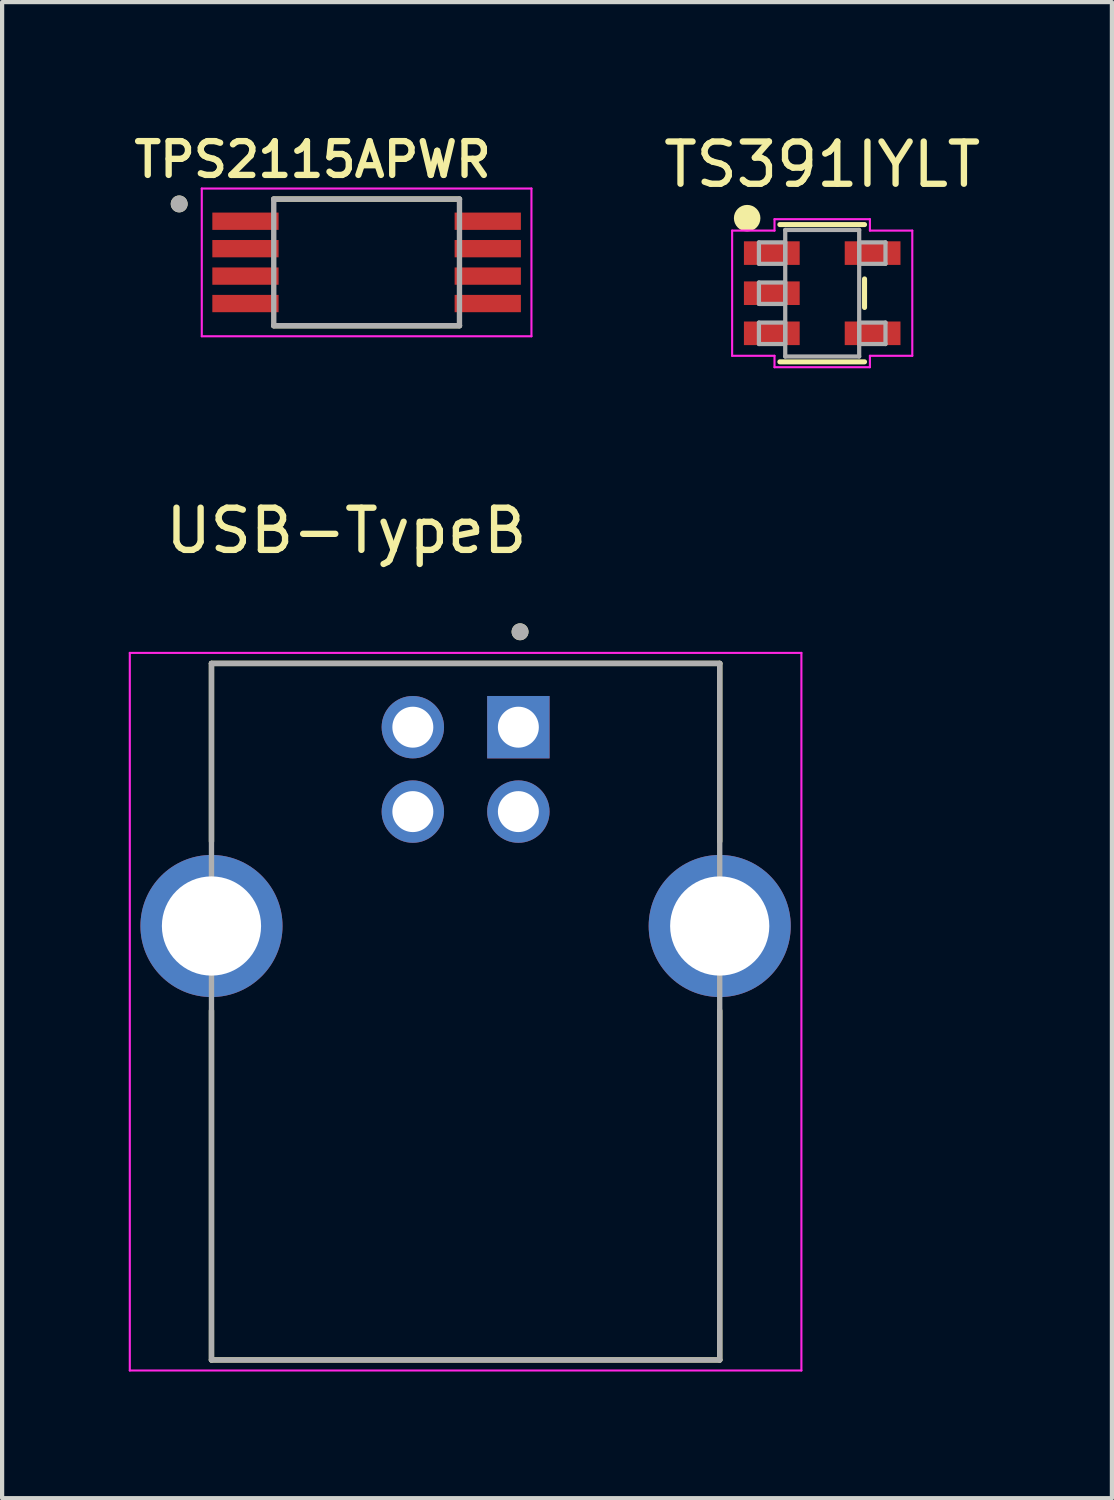
<source format=kicad_pcb>
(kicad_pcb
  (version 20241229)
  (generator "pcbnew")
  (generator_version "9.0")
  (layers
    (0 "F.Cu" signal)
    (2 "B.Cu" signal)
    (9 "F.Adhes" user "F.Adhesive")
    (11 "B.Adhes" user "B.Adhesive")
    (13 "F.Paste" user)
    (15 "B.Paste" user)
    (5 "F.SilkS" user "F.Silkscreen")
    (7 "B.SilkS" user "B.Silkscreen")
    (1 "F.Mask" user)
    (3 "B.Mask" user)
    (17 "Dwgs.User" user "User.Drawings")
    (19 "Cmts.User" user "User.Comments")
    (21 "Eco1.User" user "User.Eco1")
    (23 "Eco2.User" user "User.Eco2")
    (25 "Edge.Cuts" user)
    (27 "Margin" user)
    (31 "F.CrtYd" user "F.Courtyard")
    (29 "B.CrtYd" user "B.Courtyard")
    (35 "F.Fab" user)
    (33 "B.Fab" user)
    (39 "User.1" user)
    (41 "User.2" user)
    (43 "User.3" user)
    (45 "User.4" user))
  (footprint "TPS2115APWR"
    (layer "F.Cu")
    (at 5.635 3.166)
    (property "Reference" "TPS2115APWR" (at -1.28 -2.435 0) (layer "F.SilkS") (effects (font (size 0.8 0.8) (thickness 0.15))))
    (attr through_hole)
    (fp_line (start -2.2 -1.5) (end 2.2 -1.5) (stroke (width 0.127) (type solid)) (layer "F.SilkS"))
    (fp_line (start -2.2 1.5) (end 2.2 1.5) (stroke (width 0.127) (type solid)) (layer "F.SilkS"))
    (fp_circle (center -4.44 -1.385) (end -4.34 -1.385) (stroke (width 0.2) (type solid)) (fill no) (layer "F.SilkS"))
    (fp_line (start -3.905 -1.75) (end -3.905 1.75) (stroke (width 0.05) (type solid)) (layer "F.CrtYd"))
    (fp_line (start -3.905 -1.75) (end 3.905 -1.75) (stroke (width 0.05) (type solid)) (layer "F.CrtYd"))
    (fp_line (start -3.905 1.75) (end 3.905 1.75) (stroke (width 0.05) (type solid)) (layer "F.CrtYd"))
    (fp_line (start 3.905 -1.75) (end 3.905 1.75) (stroke (width 0.05) (type solid)) (layer "F.CrtYd"))
    (fp_line (start -2.2 -1.5) (end -2.2 1.5) (stroke (width 0.127) (type solid)) (layer "F.Fab"))
    (fp_line (start -2.2 -1.5) (end 2.2 -1.5) (stroke (width 0.127) (type solid)) (layer "F.Fab"))
    (fp_line (start -2.2 1.5) (end 2.2 1.5) (stroke (width 0.127) (type solid)) (layer "F.Fab"))
    (fp_line (start 2.2 -1.5) (end 2.2 1.5) (stroke (width 0.127) (type solid)) (layer "F.Fab"))
    (fp_circle (center -4.44 -1.385) (end -4.34 -1.385) (stroke (width 0.2) (type solid)) (fill no) (layer "F.Fab"))
    (pad "1" smd rect (at -2.87 -0.975) (size 1.57 0.41) (layers "F.Cu" "F.Mask" "F.Paste"))
    (pad "2" smd rect (at -2.87 -0.325) (size 1.57 0.41) (layers "F.Cu" "F.Mask" "F.Paste"))
    (pad "3" smd rect (at -2.87 0.325) (size 1.57 0.41) (layers "F.Cu" "F.Mask" "F.Paste"))
    (pad "4" smd rect (at -2.87 0.975) (size 1.57 0.41) (layers "F.Cu" "F.Mask" "F.Paste"))
    (pad "5" smd rect (at 2.87 0.975) (size 1.57 0.41) (layers "F.Cu" "F.Mask" "F.Paste"))
    (pad "6" smd rect (at 2.87 0.325) (size 1.57 0.41) (layers "F.Cu" "F.Mask" "F.Paste"))
    (pad "7" smd rect (at 2.87 -0.325) (size 1.57 0.41) (layers "F.Cu" "F.Mask" "F.Paste"))
    (pad "8" smd rect (at 2.87 -0.975) (size 1.57 0.41) (layers "F.Cu" "F.Mask" "F.Paste")))
  (footprint "TS391IYLT"
    (layer "F.Cu")
    (at 16.428 3.896)
    (property "Reference" "TS391IYLT" (at 0 -3.048 0) (layer "F.SilkS") (effects (font (size 1 1) (thickness 0.15))))
    (attr through_hole)
    (fp_line (start -1.003 1.626) (end 1.003 1.626) (stroke (width 0.12) (type solid)) (layer "F.SilkS"))
    (fp_line (start 1.003 -1.626) (end -1.003 -1.626) (stroke (width 0.12) (type solid)) (layer "F.SilkS"))
    (fp_line (start 1.003 0.338) (end 1.003 -0.338) (stroke (width 0.12) (type solid)) (layer "F.SilkS"))
    (fp_circle (center -1.778 -1.778) (end -1.524 -1.778) (stroke (width 0.12) (type solid)) (fill yes) (layer "F.SilkS"))
    (fp_line (start -2.134 -1.483) (end -1.13 -1.483) (stroke (width 0.05) (type solid)) (layer "F.CrtYd"))
    (fp_line (start -2.134 1.483) (end -2.134 -1.483) (stroke (width 0.05) (type solid)) (layer "F.CrtYd"))
    (fp_line (start -1.13 -1.753) (end 1.13 -1.753) (stroke (width 0.05) (type solid)) (layer "F.CrtYd"))
    (fp_line (start -1.13 -1.483) (end -1.13 -1.753) (stroke (width 0.05) (type solid)) (layer "F.CrtYd"))
    (fp_line (start -1.13 1.483) (end -2.134 1.483) (stroke (width 0.05) (type solid)) (layer "F.CrtYd"))
    (fp_line (start -1.13 1.753) (end -1.13 1.483) (stroke (width 0.05) (type solid)) (layer "F.CrtYd"))
    (fp_line (start 1.13 -1.753) (end 1.13 -1.483) (stroke (width 0.05) (type solid)) (layer "F.CrtYd"))
    (fp_line (start 1.13 -1.483) (end 2.134 -1.483) (stroke (width 0.05) (type solid)) (layer "F.CrtYd"))
    (fp_line (start 1.13 1.483) (end 1.13 1.753) (stroke (width 0.05) (type solid)) (layer "F.CrtYd"))
    (fp_line (start 1.13 1.753) (end -1.13 1.753) (stroke (width 0.05) (type solid)) (layer "F.CrtYd"))
    (fp_line (start 2.134 -1.483) (end 2.134 1.483) (stroke (width 0.05) (type solid)) (layer "F.CrtYd"))
    (fp_line (start 2.134 1.483) (end 1.13 1.483) (stroke (width 0.05) (type solid)) (layer "F.CrtYd"))
    (fp_line (start -1.499 -1.204) (end -1.499 -0.696) (stroke (width 0.1) (type solid)) (layer "F.Fab"))
    (fp_line (start -1.499 -0.696) (end -0.876 -0.696) (stroke (width 0.1) (type solid)) (layer "F.Fab"))
    (fp_line (start -1.499 -0.254) (end -1.499 0.254) (stroke (width 0.1) (type solid)) (layer "F.Fab"))
    (fp_line (start -1.499 0.254) (end -0.876 0.254) (stroke (width 0.1) (type solid)) (layer "F.Fab"))
    (fp_line (start -1.499 0.696) (end -1.499 1.204) (stroke (width 0.1) (type solid)) (layer "F.Fab"))
    (fp_line (start -1.499 1.204) (end -0.876 1.204) (stroke (width 0.1) (type solid)) (layer "F.Fab"))
    (fp_line (start -0.876 -1.499) (end -0.876 1.499) (stroke (width 0.1) (type solid)) (layer "F.Fab"))
    (fp_line (start -0.876 -1.204) (end -1.499 -1.204) (stroke (width 0.1) (type solid)) (layer "F.Fab"))
    (fp_line (start -0.876 -0.696) (end -0.876 -1.204) (stroke (width 0.1) (type solid)) (layer "F.Fab"))
    (fp_line (start -0.876 -0.254) (end -1.499 -0.254) (stroke (width 0.1) (type solid)) (layer "F.Fab"))
    (fp_line (start -0.876 0.254) (end -0.876 -0.254) (stroke (width 0.1) (type solid)) (layer "F.Fab"))
    (fp_line (start -0.876 0.696) (end -1.499 0.696) (stroke (width 0.1) (type solid)) (layer "F.Fab"))
    (fp_line (start -0.876 1.204) (end -0.876 0.696) (stroke (width 0.1) (type solid)) (layer "F.Fab"))
    (fp_line (start -0.876 1.499) (end 0.876 1.499) (stroke (width 0.1) (type solid)) (layer "F.Fab"))
    (fp_line (start 0.876 -1.499) (end -0.876 -1.499) (stroke (width 0.1) (type solid)) (layer "F.Fab"))
    (fp_line (start 0.876 -1.204) (end 0.876 -0.696) (stroke (width 0.1) (type solid)) (layer "F.Fab"))
    (fp_line (start 0.876 -0.696) (end 1.499 -0.696) (stroke (width 0.1) (type solid)) (layer "F.Fab"))
    (fp_line (start 0.876 0.696) (end 0.876 1.204) (stroke (width 0.1) (type solid)) (layer "F.Fab"))
    (fp_line (start 0.876 1.204) (end 1.499 1.204) (stroke (width 0.1) (type solid)) (layer "F.Fab"))
    (fp_line (start 0.876 1.499) (end 0.876 -1.499) (stroke (width 0.1) (type solid)) (layer "F.Fab"))
    (fp_line (start 1.499 -1.204) (end 0.876 -1.204) (stroke (width 0.1) (type solid)) (layer "F.Fab"))
    (fp_line (start 1.499 -0.696) (end 1.499 -1.204) (stroke (width 0.1) (type solid)) (layer "F.Fab"))
    (fp_line (start 1.499 0.696) (end 0.876 0.696) (stroke (width 0.1) (type solid)) (layer "F.Fab"))
    (fp_line (start 1.499 1.204) (end 1.499 0.696) (stroke (width 0.1) (type solid)) (layer "F.Fab"))
    (pad "1" smd rect (at -1.194 -0.95) (size 1.321 0.559) (layers "F.Cu" "F.Mask" "F.Paste"))
    (pad "2" smd rect (at -1.194 0) (size 1.321 0.559) (layers "F.Cu" "F.Mask" "F.Paste"))
    (pad "3" smd rect (at -1.194 0.95) (size 1.321 0.559) (layers "F.Cu" "F.Mask" "F.Paste"))
    (pad "4" smd rect (at 1.194 0.95) (size 1.321 0.559) (layers "F.Cu" "F.Mask" "F.Paste"))
    (pad "5" smd rect (at 1.194 -0.95) (size 1.321 0.559) (layers "F.Cu" "F.Mask" "F.Paste")))
  (footprint "USB-TypeB"
    (layer "F.Cu")
    (at 7.98 16.177)
    (property "Reference" "USB-TypeB" (at -2.825 -6.655 0) (layer "F.SilkS") (effects (font (size 1 1) (thickness 0.15))))
    (attr through_hole)
    (fp_line (start -6.02 -3.51) (end -6.02 0.705) (stroke (width 0.127) (type solid)) (layer "F.SilkS"))
    (fp_line (start -6.02 4.715) (end -6.02 12.99) (stroke (width 0.127) (type solid)) (layer "F.SilkS"))
    (fp_line (start -6.02 12.99) (end 6.02 12.99) (stroke (width 0.127) (type solid)) (layer "F.SilkS"))
    (fp_line (start 6.02 -3.51) (end -6.02 -3.51) (stroke (width 0.127) (type solid)) (layer "F.SilkS"))
    (fp_line (start 6.02 0.705) (end 6.02 -3.51) (stroke (width 0.127) (type solid)) (layer "F.SilkS"))
    (fp_line (start 6.02 12.99) (end 6.02 4.715) (stroke (width 0.127) (type solid)) (layer "F.SilkS"))
    (fp_circle (center 1.29 -4.26) (end 1.39 -4.26) (stroke (width 0.2) (type solid)) (fill no) (layer "F.SilkS"))
    (fp_line (start -7.955 -3.76) (end -7.955 13.24) (stroke (width 0.05) (type solid)) (layer "F.CrtYd"))
    (fp_line (start -7.955 13.24) (end 7.955 13.24) (stroke (width 0.05) (type solid)) (layer "F.CrtYd"))
    (fp_line (start 7.955 -3.76) (end -7.955 -3.76) (stroke (width 0.05) (type solid)) (layer "F.CrtYd"))
    (fp_line (start 7.955 13.24) (end 7.955 -3.76) (stroke (width 0.05) (type solid)) (layer "F.CrtYd"))
    (fp_line (start -6.02 -3.51) (end -6.02 12.99) (stroke (width 0.127) (type solid)) (layer "F.Fab"))
    (fp_line (start -6.02 12.99) (end 6.02 12.99) (stroke (width 0.127) (type solid)) (layer "F.Fab"))
    (fp_line (start 6.02 -3.51) (end -6.02 -3.51) (stroke (width 0.127) (type solid)) (layer "F.Fab"))
    (fp_line (start 6.02 12.99) (end 6.02 -3.51) (stroke (width 0.127) (type solid)) (layer "F.Fab"))
    (fp_circle (center 1.29 -4.26) (end 1.39 -4.26) (stroke (width 0.2) (type solid)) (fill no) (layer "F.Fab"))
    (pad "1" thru_hole rect (at 1.25 -2) (size 1.478 1.478) (drill 0.97) (layers "*.Cu" "*.Mask"))
    (pad "2" thru_hole circle (at -1.25 -2) (size 1.478 1.478) (drill 0.97) (layers "*.Cu" "*.Mask"))
    (pad "3" thru_hole circle (at -1.25 0) (size 1.478 1.478) (drill 0.97) (layers "*.Cu" "*.Mask"))
    (pad "4" thru_hole circle (at 1.25 0) (size 1.478 1.478) (drill 0.97) (layers "*.Cu" "*.Mask"))
    (pad "S1" thru_hole circle (at -6.02 2.71) (size 3.366 3.366) (drill 2.35) (layers "*.Cu" "*.Mask"))
    (pad "S2" thru_hole circle (at 6.02 2.71) (size 3.366 3.366) (drill 2.35) (layers "*.Cu" "*.Mask")))
  (gr_rect
    (start -3 -3)
    (end 23.291 32.442)
    (stroke (width 0.1) (type default))
    (fill no)
    (layer "Edge.Cuts")))
</source>
